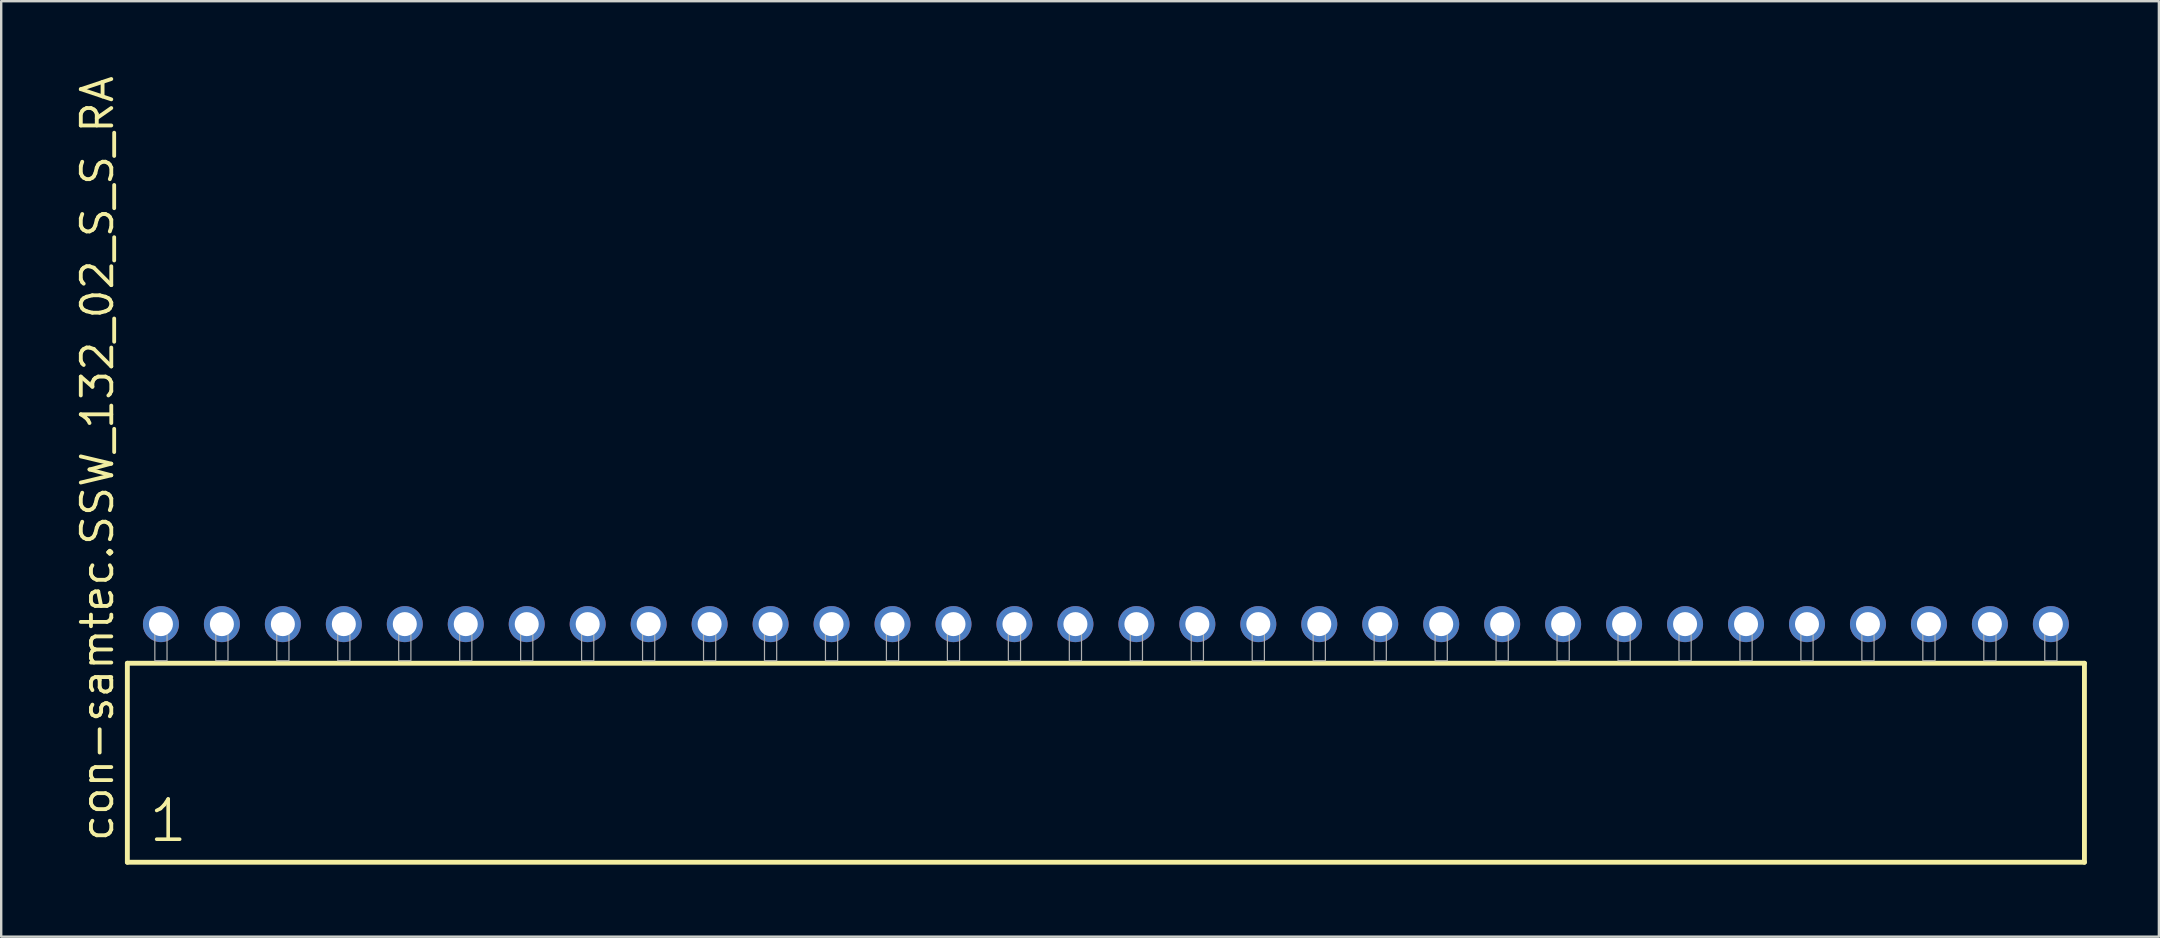
<source format=kicad_pcb>
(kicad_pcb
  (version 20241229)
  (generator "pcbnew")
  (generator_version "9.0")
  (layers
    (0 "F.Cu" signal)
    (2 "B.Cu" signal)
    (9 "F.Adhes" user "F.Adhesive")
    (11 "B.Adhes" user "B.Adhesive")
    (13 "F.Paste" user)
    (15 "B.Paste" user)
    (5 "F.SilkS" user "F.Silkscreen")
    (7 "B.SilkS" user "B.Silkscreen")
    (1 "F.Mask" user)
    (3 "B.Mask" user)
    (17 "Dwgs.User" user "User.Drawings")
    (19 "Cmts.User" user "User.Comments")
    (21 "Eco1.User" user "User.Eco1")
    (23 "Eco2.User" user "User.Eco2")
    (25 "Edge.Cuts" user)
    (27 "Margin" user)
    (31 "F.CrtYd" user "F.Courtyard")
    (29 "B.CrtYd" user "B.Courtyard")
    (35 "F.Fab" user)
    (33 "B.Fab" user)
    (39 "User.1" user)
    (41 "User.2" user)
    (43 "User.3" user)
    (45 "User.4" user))
  (footprint "con-samtec.SSW_132_02_S_S_RA"
    (layer "F.Cu")
    (at 43.025 24.477)
    (property "Reference" "con-samtec.SSW_132_02_S_S_RA" (at -41.275 7.62 90) (layer "F.SilkS") (effects (font (size 1.27 1.27) (thickness 0.16)) (justify left bottom)))
    (attr through_hole)
    (fp_line (start -40.769 0.106) (end -40.769 8.396) (stroke (width 0.203) (type default)) (layer "F.SilkS"))
    (fp_line (start -40.769 8.396) (end 40.769 8.396) (stroke (width 0.203) (type default)) (layer "F.SilkS"))
    (fp_line (start 40.769 0.106) (end -40.769 0.106) (stroke (width 0.203) (type default)) (layer "F.SilkS"))
    (fp_line (start 40.769 8.396) (end 40.769 0.106) (stroke (width 0.203) (type default)) (layer "F.SilkS"))
    (fp_rect (start -39.624 0) (end -39.116 -1.778) (stroke (width 0.05) (type default)) (fill no) (layer "F.Fab"))
    (fp_rect (start -37.084 0) (end -36.576 -1.778) (stroke (width 0.05) (type default)) (fill no) (layer "F.Fab"))
    (fp_rect (start -34.544 0) (end -34.036 -1.778) (stroke (width 0.05) (type default)) (fill no) (layer "F.Fab"))
    (fp_rect (start -32.004 0) (end -31.496 -1.778) (stroke (width 0.05) (type default)) (fill no) (layer "F.Fab"))
    (fp_rect (start -29.464 0) (end -28.956 -1.778) (stroke (width 0.05) (type default)) (fill no) (layer "F.Fab"))
    (fp_rect (start -26.924 0) (end -26.416 -1.778) (stroke (width 0.05) (type default)) (fill no) (layer "F.Fab"))
    (fp_rect (start -24.384 0) (end -23.876 -1.778) (stroke (width 0.05) (type default)) (fill no) (layer "F.Fab"))
    (fp_rect (start -21.844 0) (end -21.336 -1.778) (stroke (width 0.05) (type default)) (fill no) (layer "F.Fab"))
    (fp_rect (start -19.304 0) (end -18.796 -1.778) (stroke (width 0.05) (type default)) (fill no) (layer "F.Fab"))
    (fp_rect (start -16.764 0) (end -16.256 -1.778) (stroke (width 0.05) (type default)) (fill no) (layer "F.Fab"))
    (fp_rect (start -14.224 0) (end -13.716 -1.778) (stroke (width 0.05) (type default)) (fill no) (layer "F.Fab"))
    (fp_rect (start -11.684 0) (end -11.176 -1.778) (stroke (width 0.05) (type default)) (fill no) (layer "F.Fab"))
    (fp_rect (start -9.144 0) (end -8.636 -1.778) (stroke (width 0.05) (type default)) (fill no) (layer "F.Fab"))
    (fp_rect (start -6.604 0) (end -6.096 -1.778) (stroke (width 0.05) (type default)) (fill no) (layer "F.Fab"))
    (fp_rect (start -4.064 0) (end -3.556 -1.778) (stroke (width 0.05) (type default)) (fill no) (layer "F.Fab"))
    (fp_rect (start -1.524 0) (end -1.016 -1.778) (stroke (width 0.05) (type default)) (fill no) (layer "F.Fab"))
    (fp_rect (start 1.016 0) (end 1.524 -1.778) (stroke (width 0.05) (type default)) (fill no) (layer "F.Fab"))
    (fp_rect (start 3.556 0) (end 4.064 -1.778) (stroke (width 0.05) (type default)) (fill no) (layer "F.Fab"))
    (fp_rect (start 6.096 0) (end 6.604 -1.778) (stroke (width 0.05) (type default)) (fill no) (layer "F.Fab"))
    (fp_rect (start 8.636 0) (end 9.144 -1.778) (stroke (width 0.05) (type default)) (fill no) (layer "F.Fab"))
    (fp_rect (start 11.176 0) (end 11.684 -1.778) (stroke (width 0.05) (type default)) (fill no) (layer "F.Fab"))
    (fp_rect (start 13.716 0) (end 14.224 -1.778) (stroke (width 0.05) (type default)) (fill no) (layer "F.Fab"))
    (fp_rect (start 16.256 0) (end 16.764 -1.778) (stroke (width 0.05) (type default)) (fill no) (layer "F.Fab"))
    (fp_rect (start 18.796 0) (end 19.304 -1.778) (stroke (width 0.05) (type default)) (fill no) (layer "F.Fab"))
    (fp_rect (start 21.336 0) (end 21.844 -1.778) (stroke (width 0.05) (type default)) (fill no) (layer "F.Fab"))
    (fp_rect (start 23.876 0) (end 24.384 -1.778) (stroke (width 0.05) (type default)) (fill no) (layer "F.Fab"))
    (fp_rect (start 26.416 0) (end 26.924 -1.778) (stroke (width 0.05) (type default)) (fill no) (layer "F.Fab"))
    (fp_rect (start 28.956 0) (end 29.464 -1.778) (stroke (width 0.05) (type default)) (fill no) (layer "F.Fab"))
    (fp_rect (start 31.496 0) (end 32.004 -1.778) (stroke (width 0.05) (type default)) (fill no) (layer "F.Fab"))
    (fp_rect (start 34.036 0) (end 34.544 -1.778) (stroke (width 0.05) (type default)) (fill no) (layer "F.Fab"))
    (fp_rect (start 36.576 0) (end 37.084 -1.778) (stroke (width 0.05) (type default)) (fill no) (layer "F.Fab"))
    (fp_rect (start 39.116 0) (end 39.624 -1.778) (stroke (width 0.05) (type default)) (fill no) (layer "F.Fab"))
    (fp_text user "1" (at -39.965 7.65 0) (layer "F.SilkS") (effects (font (size 1.676 1.676) (thickness 0.15)) (justify left bottom)))
    (pad "1" thru_hole circle (at -39.37 -1.524) (size 1.5 1.5) (drill 1) (layers "*.Cu" "*.Mask"))
    (pad "2" thru_hole circle (at -36.83 -1.524) (size 1.5 1.5) (drill 1) (layers "*.Cu" "*.Mask"))
    (pad "3" thru_hole circle (at -34.29 -1.524) (size 1.5 1.5) (drill 1) (layers "*.Cu" "*.Mask"))
    (pad "4" thru_hole circle (at -31.75 -1.524) (size 1.5 1.5) (drill 1) (layers "*.Cu" "*.Mask"))
    (pad "5" thru_hole circle (at -29.21 -1.524) (size 1.5 1.5) (drill 1) (layers "*.Cu" "*.Mask"))
    (pad "6" thru_hole circle (at -26.67 -1.524) (size 1.5 1.5) (drill 1) (layers "*.Cu" "*.Mask"))
    (pad "7" thru_hole circle (at -24.13 -1.524) (size 1.5 1.5) (drill 1) (layers "*.Cu" "*.Mask"))
    (pad "8" thru_hole circle (at -21.59 -1.524) (size 1.5 1.5) (drill 1) (layers "*.Cu" "*.Mask"))
    (pad "9" thru_hole circle (at -19.05 -1.524) (size 1.5 1.5) (drill 1) (layers "*.Cu" "*.Mask"))
    (pad "10" thru_hole circle (at -16.51 -1.524) (size 1.5 1.5) (drill 1) (layers "*.Cu" "*.Mask"))
    (pad "11" thru_hole circle (at -13.97 -1.524) (size 1.5 1.5) (drill 1) (layers "*.Cu" "*.Mask"))
    (pad "12" thru_hole circle (at -11.43 -1.524) (size 1.5 1.5) (drill 1) (layers "*.Cu" "*.Mask"))
    (pad "13" thru_hole circle (at -8.89 -1.524) (size 1.5 1.5) (drill 1) (layers "*.Cu" "*.Mask"))
    (pad "14" thru_hole circle (at -6.35 -1.524) (size 1.5 1.5) (drill 1) (layers "*.Cu" "*.Mask"))
    (pad "15" thru_hole circle (at -3.81 -1.524) (size 1.5 1.5) (drill 1) (layers "*.Cu" "*.Mask"))
    (pad "16" thru_hole circle (at -1.27 -1.524) (size 1.5 1.5) (drill 1) (layers "*.Cu" "*.Mask"))
    (pad "17" thru_hole circle (at 1.27 -1.524) (size 1.5 1.5) (drill 1) (layers "*.Cu" "*.Mask"))
    (pad "18" thru_hole circle (at 3.81 -1.524) (size 1.5 1.5) (drill 1) (layers "*.Cu" "*.Mask"))
    (pad "19" thru_hole circle (at 6.35 -1.524) (size 1.5 1.5) (drill 1) (layers "*.Cu" "*.Mask"))
    (pad "20" thru_hole circle (at 8.89 -1.524) (size 1.5 1.5) (drill 1) (layers "*.Cu" "*.Mask"))
    (pad "21" thru_hole circle (at 11.43 -1.524) (size 1.5 1.5) (drill 1) (layers "*.Cu" "*.Mask"))
    (pad "22" thru_hole circle (at 13.97 -1.524) (size 1.5 1.5) (drill 1) (layers "*.Cu" "*.Mask"))
    (pad "23" thru_hole circle (at 16.51 -1.524) (size 1.5 1.5) (drill 1) (layers "*.Cu" "*.Mask"))
    (pad "24" thru_hole circle (at 19.05 -1.524) (size 1.5 1.5) (drill 1) (layers "*.Cu" "*.Mask"))
    (pad "25" thru_hole circle (at 21.59 -1.524) (size 1.5 1.5) (drill 1) (layers "*.Cu" "*.Mask"))
    (pad "26" thru_hole circle (at 24.13 -1.524) (size 1.5 1.5) (drill 1) (layers "*.Cu" "*.Mask"))
    (pad "27" thru_hole circle (at 26.67 -1.524) (size 1.5 1.5) (drill 1) (layers "*.Cu" "*.Mask"))
    (pad "28" thru_hole circle (at 29.21 -1.524) (size 1.5 1.5) (drill 1) (layers "*.Cu" "*.Mask"))
    (pad "29" thru_hole circle (at 31.75 -1.524) (size 1.5 1.5) (drill 1) (layers "*.Cu" "*.Mask"))
    (pad "30" thru_hole circle (at 34.29 -1.524) (size 1.5 1.5) (drill 1) (layers "*.Cu" "*.Mask"))
    (pad "31" thru_hole circle (at 36.83 -1.524) (size 1.5 1.5) (drill 1) (layers "*.Cu" "*.Mask"))
    (pad "32" thru_hole circle (at 39.37 -1.524) (size 1.5 1.5) (drill 1) (layers "*.Cu" "*.Mask")))
  (gr_rect
    (start -3 -3)
    (end 86.896 35.975)
    (stroke (width 0.1) (type default))
    (fill no)
    (layer "Edge.Cuts")))
</source>
